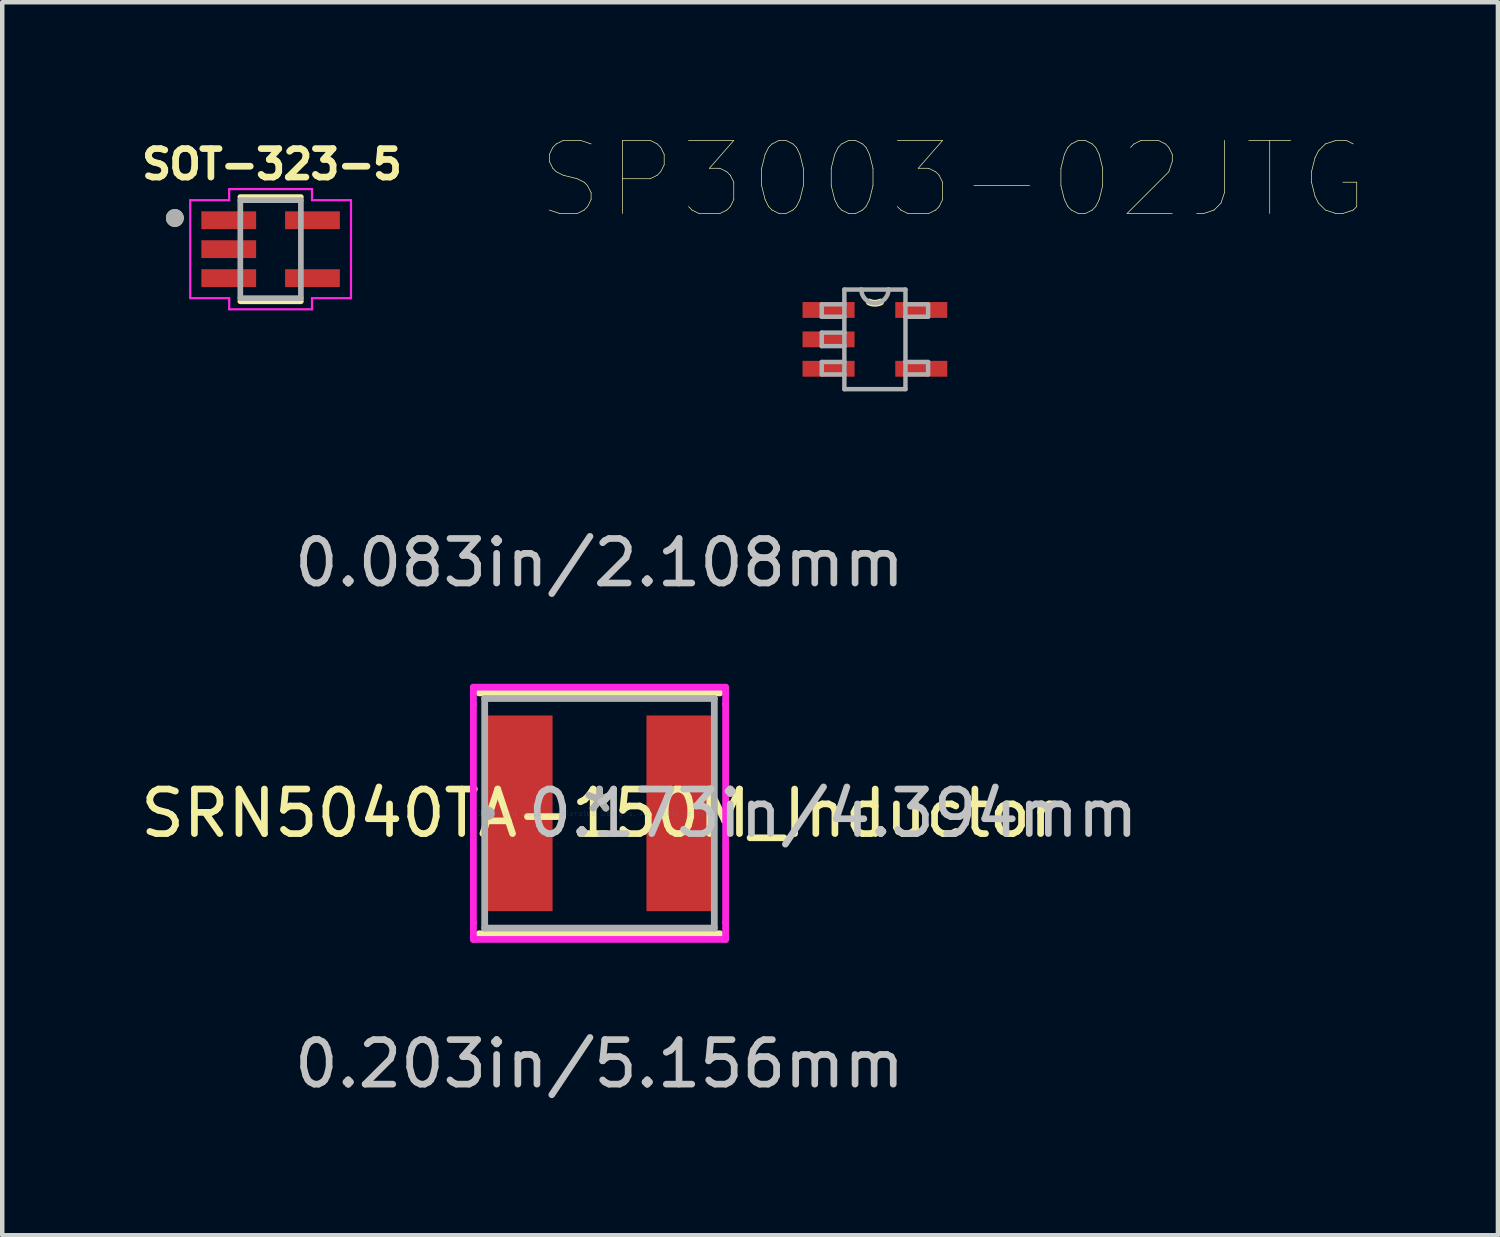
<source format=kicad_pcb>
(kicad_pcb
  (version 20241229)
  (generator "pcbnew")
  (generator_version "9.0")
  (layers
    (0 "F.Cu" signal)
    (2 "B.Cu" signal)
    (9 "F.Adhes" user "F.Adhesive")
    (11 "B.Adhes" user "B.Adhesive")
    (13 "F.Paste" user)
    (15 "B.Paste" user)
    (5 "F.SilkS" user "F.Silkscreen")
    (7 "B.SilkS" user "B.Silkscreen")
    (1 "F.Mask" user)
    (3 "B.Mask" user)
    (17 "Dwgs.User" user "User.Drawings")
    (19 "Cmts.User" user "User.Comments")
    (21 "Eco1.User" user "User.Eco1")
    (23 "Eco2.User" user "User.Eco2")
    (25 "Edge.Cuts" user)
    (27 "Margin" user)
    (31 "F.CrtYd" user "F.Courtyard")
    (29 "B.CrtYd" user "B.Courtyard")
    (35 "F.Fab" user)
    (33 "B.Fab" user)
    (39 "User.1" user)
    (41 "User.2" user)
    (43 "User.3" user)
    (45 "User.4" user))
  (footprint "SOT-323-5"
    (layer "F.Cu")
    (at 3.026 2.545)
    (property "Reference" "SOT-323-5" (at 0.031 -1.907 0) (layer "F.SilkS") (effects (font (size 0.64 0.64) (thickness 0.15))))
    (attr through_hole)
    (fp_line (start -0.68 -1.17) (end 0.68 -1.17) (stroke (width 0.127) (type solid)) (layer "F.SilkS"))
    (fp_line (start 0.68 1.17) (end -0.68 1.17) (stroke (width 0.127) (type solid)) (layer "F.SilkS"))
    (fp_circle (center -2.15 -0.7) (end -2.05 -0.7) (stroke (width 0.2) (type solid)) (fill no) (layer "F.SilkS"))
    (fp_line (start -1.805 -1.1) (end -1.805 1.1) (stroke (width 0.05) (type solid)) (layer "F.CrtYd"))
    (fp_line (start -1.805 1.1) (end -0.93 1.1) (stroke (width 0.05) (type solid)) (layer "F.CrtYd"))
    (fp_line (start -0.93 -1.35) (end -0.93 -1.1) (stroke (width 0.05) (type solid)) (layer "F.CrtYd"))
    (fp_line (start -0.93 -1.1) (end -1.805 -1.1) (stroke (width 0.05) (type solid)) (layer "F.CrtYd"))
    (fp_line (start -0.93 1.1) (end -0.93 1.35) (stroke (width 0.05) (type solid)) (layer "F.CrtYd"))
    (fp_line (start -0.93 1.35) (end 0.93 1.35) (stroke (width 0.05) (type solid)) (layer "F.CrtYd"))
    (fp_line (start 0.93 -1.35) (end -0.93 -1.35) (stroke (width 0.05) (type solid)) (layer "F.CrtYd"))
    (fp_line (start 0.93 -1.1) (end 0.93 -1.35) (stroke (width 0.05) (type solid)) (layer "F.CrtYd"))
    (fp_line (start 0.93 1.1) (end 1.805 1.1) (stroke (width 0.05) (type solid)) (layer "F.CrtYd"))
    (fp_line (start 0.93 1.35) (end 0.93 1.1) (stroke (width 0.05) (type solid)) (layer "F.CrtYd"))
    (fp_line (start 1.805 -1.1) (end 0.93 -1.1) (stroke (width 0.05) (type solid)) (layer "F.CrtYd"))
    (fp_line (start 1.805 1.1) (end 1.805 -1.1) (stroke (width 0.05) (type solid)) (layer "F.CrtYd"))
    (fp_line (start -0.68 -1.1) (end 0.68 -1.1) (stroke (width 0.127) (type solid)) (layer "F.Fab"))
    (fp_line (start -0.68 1.1) (end -0.68 -1.1) (stroke (width 0.127) (type solid)) (layer "F.Fab"))
    (fp_line (start 0.68 -1.1) (end 0.68 1.1) (stroke (width 0.127) (type solid)) (layer "F.Fab"))
    (fp_line (start 0.68 1.1) (end -0.68 1.1) (stroke (width 0.127) (type solid)) (layer "F.Fab"))
    (fp_circle (center -2.15 -0.7) (end -2.05 -0.7) (stroke (width 0.2) (type solid)) (fill no) (layer "F.Fab"))
    (pad "1" smd rect (at -0.94 -0.65) (size 1.23 0.4) (layers "F.Cu" "F.Mask" "F.Paste"))
    (pad "2" smd rect (at -0.94 0) (size 1.23 0.4) (layers "F.Cu" "F.Mask" "F.Paste"))
    (pad "3" smd rect (at -0.94 0.65) (size 1.23 0.4) (layers "F.Cu" "F.Mask" "F.Paste"))
    (pad "4" smd rect (at 0.94 0.65) (size 1.23 0.4) (layers "F.Cu" "F.Mask" "F.Paste"))
    (pad "5" smd rect (at 0.94 -0.65) (size 1.23 0.4) (layers "F.Cu" "F.Mask" "F.Paste")))
  (footprint "SRN5040TA-150M_Inductor"
    (layer "F.Cu")
    (at 10.411 15.212)
    (property "Reference" "SRN5040TA-150M_Inductor" (at 0 0 0) (layer "F.SilkS") (effects (font (size 1 1) (thickness 0.15))))
    (attr through_hole)
    (fp_line (start -2.705 2.705) (end 2.705 2.705) (stroke (width 0.152) (type solid)) (layer "F.SilkS"))
    (fp_line (start 2.705 -2.705) (end -2.705 -2.705) (stroke (width 0.152) (type solid)) (layer "F.SilkS"))
    (fp_line (start -2.832 -2.832) (end 2.832 -2.832) (stroke (width 0.152) (type solid)) (layer "F.CrtYd"))
    (fp_line (start -2.832 -2.451) (end -2.832 -2.832) (stroke (width 0.152) (type solid)) (layer "F.CrtYd"))
    (fp_line (start -2.832 -2.451) (end -2.832 -2.451) (stroke (width 0.152) (type solid)) (layer "F.CrtYd"))
    (fp_line (start -2.832 2.451) (end -2.832 -2.451) (stroke (width 0.152) (type solid)) (layer "F.CrtYd"))
    (fp_line (start -2.832 2.451) (end -2.832 2.451) (stroke (width 0.152) (type solid)) (layer "F.CrtYd"))
    (fp_line (start -2.832 2.832) (end -2.832 2.451) (stroke (width 0.152) (type solid)) (layer "F.CrtYd"))
    (fp_line (start 2.832 -2.832) (end 2.832 -2.451) (stroke (width 0.152) (type solid)) (layer "F.CrtYd"))
    (fp_line (start 2.832 -2.451) (end 2.832 -2.451) (stroke (width 0.152) (type solid)) (layer "F.CrtYd"))
    (fp_line (start 2.832 -2.451) (end 2.832 2.451) (stroke (width 0.152) (type solid)) (layer "F.CrtYd"))
    (fp_line (start 2.832 2.451) (end 2.832 2.451) (stroke (width 0.152) (type solid)) (layer "F.CrtYd"))
    (fp_line (start 2.832 2.451) (end 2.832 2.832) (stroke (width 0.152) (type solid)) (layer "F.CrtYd"))
    (fp_line (start 2.832 2.832) (end -2.832 2.832) (stroke (width 0.152) (type solid)) (layer "F.CrtYd"))
    (fp_line (start -2.578 -2.578) (end -2.578 2.578) (stroke (width 0.152) (type solid)) (layer "F.Fab"))
    (fp_line (start -2.578 2.578) (end 2.578 2.578) (stroke (width 0.152) (type solid)) (layer "F.Fab"))
    (fp_line (start 2.578 -2.578) (end -2.578 -2.578) (stroke (width 0.152) (type solid)) (layer "F.Fab"))
    (fp_line (start 2.578 2.578) (end 2.578 -2.578) (stroke (width 0.152) (type solid)) (layer "F.Fab"))
    (fp_circle (center -2.502 0) (end -2.502 0) (stroke (width 0.152) (type solid)) (fill no) (layer "F.Fab"))
    (fp_text user "*" (at 0 0 0) (layer "F.SilkS") (effects (font (size 1 1) (thickness 0.15))))
    (fp_text user "0.083in/2.108mm" (at 0 -5.626 0) (layer "Dwgs.User") (effects (font (size 1 1) (thickness 0.15))))
    (fp_text user "0.173in/4.394mm" (at 5.245 0 0) (layer "Dwgs.User") (effects (font (size 1 1) (thickness 0.15))))
    (fp_text user "0.203in/5.156mm" (at 0 5.626 0) (layer "Dwgs.User") (effects (font (size 1 1) (thickness 0.15))))
    (fp_text user "Copyright 2016 Accelerated Designs. All rights reserved." (at 0 0 0) (layer "Cmts.User") (effects (font (size 0.127 0.127) (thickness 0.002))))
    (fp_text user "*" (at 0 0 0) (layer "F.Fab") (effects (font (size 1 1) (thickness 0.15))))
    (pad "1" smd rect (at -1.816 0) (size 1.524 4.394) (layers "F.Cu" "F.Mask" "F.Paste"))
    (pad "2" smd rect (at 1.816 0) (size 1.524 4.394) (layers "F.Cu" "F.Mask" "F.Paste")))
  (footprint "SP3003-02JTG"
    (layer "F.Cu")
    (at 16.595 4.57)
    (property "Reference" "SP3003-02JTG" (at 1.754 -3.584 0) (layer "F.SilkS") (effects (font (size 1.641 1.641) (thickness 0.015))))
    (attr through_hole)
    (fp_arc (start 0.127 -0.8382) (mid 0 -0.810626) (end -0.127 -0.8382) (stroke (width 0.1524) (type solid)) (layer "F.SilkS"))
    (fp_line (start -1.194 -0.787) (end -1.194 -0.508) (stroke (width 0.1) (type solid)) (layer "F.Fab"))
    (fp_line (start -1.194 -0.508) (end -0.686 -0.508) (stroke (width 0.1) (type solid)) (layer "F.Fab"))
    (fp_line (start -1.194 -0.152) (end -1.194 0.152) (stroke (width 0.1) (type solid)) (layer "F.Fab"))
    (fp_line (start -1.194 0.152) (end -0.686 0.152) (stroke (width 0.1) (type solid)) (layer "F.Fab"))
    (fp_line (start -1.194 0.508) (end -1.194 0.787) (stroke (width 0.1) (type solid)) (layer "F.Fab"))
    (fp_line (start -1.194 0.787) (end -0.686 0.787) (stroke (width 0.1) (type solid)) (layer "F.Fab"))
    (fp_line (start -0.686 -1.118) (end -0.686 -0.787) (stroke (width 0.1) (type solid)) (layer "F.Fab"))
    (fp_line (start -0.686 -0.787) (end -1.194 -0.787) (stroke (width 0.1) (type solid)) (layer "F.Fab"))
    (fp_line (start -0.686 -0.787) (end -0.686 -0.508) (stroke (width 0.1) (type solid)) (layer "F.Fab"))
    (fp_line (start -0.686 -0.508) (end -0.686 -0.152) (stroke (width 0.1) (type solid)) (layer "F.Fab"))
    (fp_line (start -0.686 -0.152) (end -1.194 -0.152) (stroke (width 0.1) (type solid)) (layer "F.Fab"))
    (fp_line (start -0.686 -0.152) (end -0.686 0.152) (stroke (width 0.1) (type solid)) (layer "F.Fab"))
    (fp_line (start -0.686 0.152) (end -0.686 0.508) (stroke (width 0.1) (type solid)) (layer "F.Fab"))
    (fp_line (start -0.686 0.508) (end -1.194 0.508) (stroke (width 0.1) (type solid)) (layer "F.Fab"))
    (fp_line (start -0.686 0.508) (end -0.686 0.787) (stroke (width 0.1) (type solid)) (layer "F.Fab"))
    (fp_line (start -0.686 0.787) (end -0.686 1.118) (stroke (width 0.1) (type solid)) (layer "F.Fab"))
    (fp_line (start -0.686 1.118) (end 0.686 1.118) (stroke (width 0.1) (type solid)) (layer "F.Fab"))
    (fp_line (start -0.305 -1.118) (end -0.686 -1.118) (stroke (width 0.1) (type solid)) (layer "F.Fab"))
    (fp_line (start 0.305 -1.118) (end -0.305 -1.118) (stroke (width 0.1) (type solid)) (layer "F.Fab"))
    (fp_line (start 0.686 -1.118) (end 0.305 -1.118) (stroke (width 0.1) (type solid)) (layer "F.Fab"))
    (fp_line (start 0.686 -0.787) (end 0.686 -1.118) (stroke (width 0.1) (type solid)) (layer "F.Fab"))
    (fp_line (start 0.686 -0.508) (end 0.686 -0.787) (stroke (width 0.1) (type solid)) (layer "F.Fab"))
    (fp_line (start 0.686 -0.508) (end 1.194 -0.508) (stroke (width 0.1) (type solid)) (layer "F.Fab"))
    (fp_line (start 0.686 0.508) (end 0.686 -0.508) (stroke (width 0.1) (type solid)) (layer "F.Fab"))
    (fp_line (start 0.686 0.787) (end 0.686 0.508) (stroke (width 0.1) (type solid)) (layer "F.Fab"))
    (fp_line (start 0.686 0.787) (end 1.194 0.787) (stroke (width 0.1) (type solid)) (layer "F.Fab"))
    (fp_line (start 0.686 1.118) (end 0.686 0.787) (stroke (width 0.1) (type solid)) (layer "F.Fab"))
    (fp_line (start 1.194 -0.787) (end 0.686 -0.787) (stroke (width 0.1) (type solid)) (layer "F.Fab"))
    (fp_line (start 1.194 -0.508) (end 1.194 -0.787) (stroke (width 0.1) (type solid)) (layer "F.Fab"))
    (fp_line (start 1.194 0.508) (end 0.686 0.508) (stroke (width 0.1) (type solid)) (layer "F.Fab"))
    (fp_line (start 1.194 0.787) (end 1.194 0.508) (stroke (width 0.1) (type solid)) (layer "F.Fab"))
    (fp_arc (start 0.3048 -1.1176) (mid 0 -0.8128) (end -0.3048 -1.1176) (stroke (width 0.1) (type solid)) (layer "F.Fab"))
    (pad "1" smd rect (at -1.041 -0.66) (size 1.168 0.356) (layers "F.Cu" "F.Mask" "F.Paste"))
    (pad "2" smd rect (at -1.041 0) (size 1.168 0.356) (layers "F.Cu" "F.Mask" "F.Paste"))
    (pad "3" smd rect (at -1.041 0.66) (size 1.168 0.356) (layers "F.Cu" "F.Mask" "F.Paste"))
    (pad "4" smd rect (at 1.041 0.66) (size 1.168 0.356) (layers "F.Cu" "F.Mask" "F.Paste"))
    (pad "5" smd rect (at 1.041 -0.66) (size 1.168 0.356) (layers "F.Cu" "F.Mask" "F.Paste")))
  (gr_rect
    (start -3 -3)
    (end 30.584 24.686)
    (stroke (width 0.1) (type default))
    (fill no)
    (layer "Edge.Cuts")))
</source>
